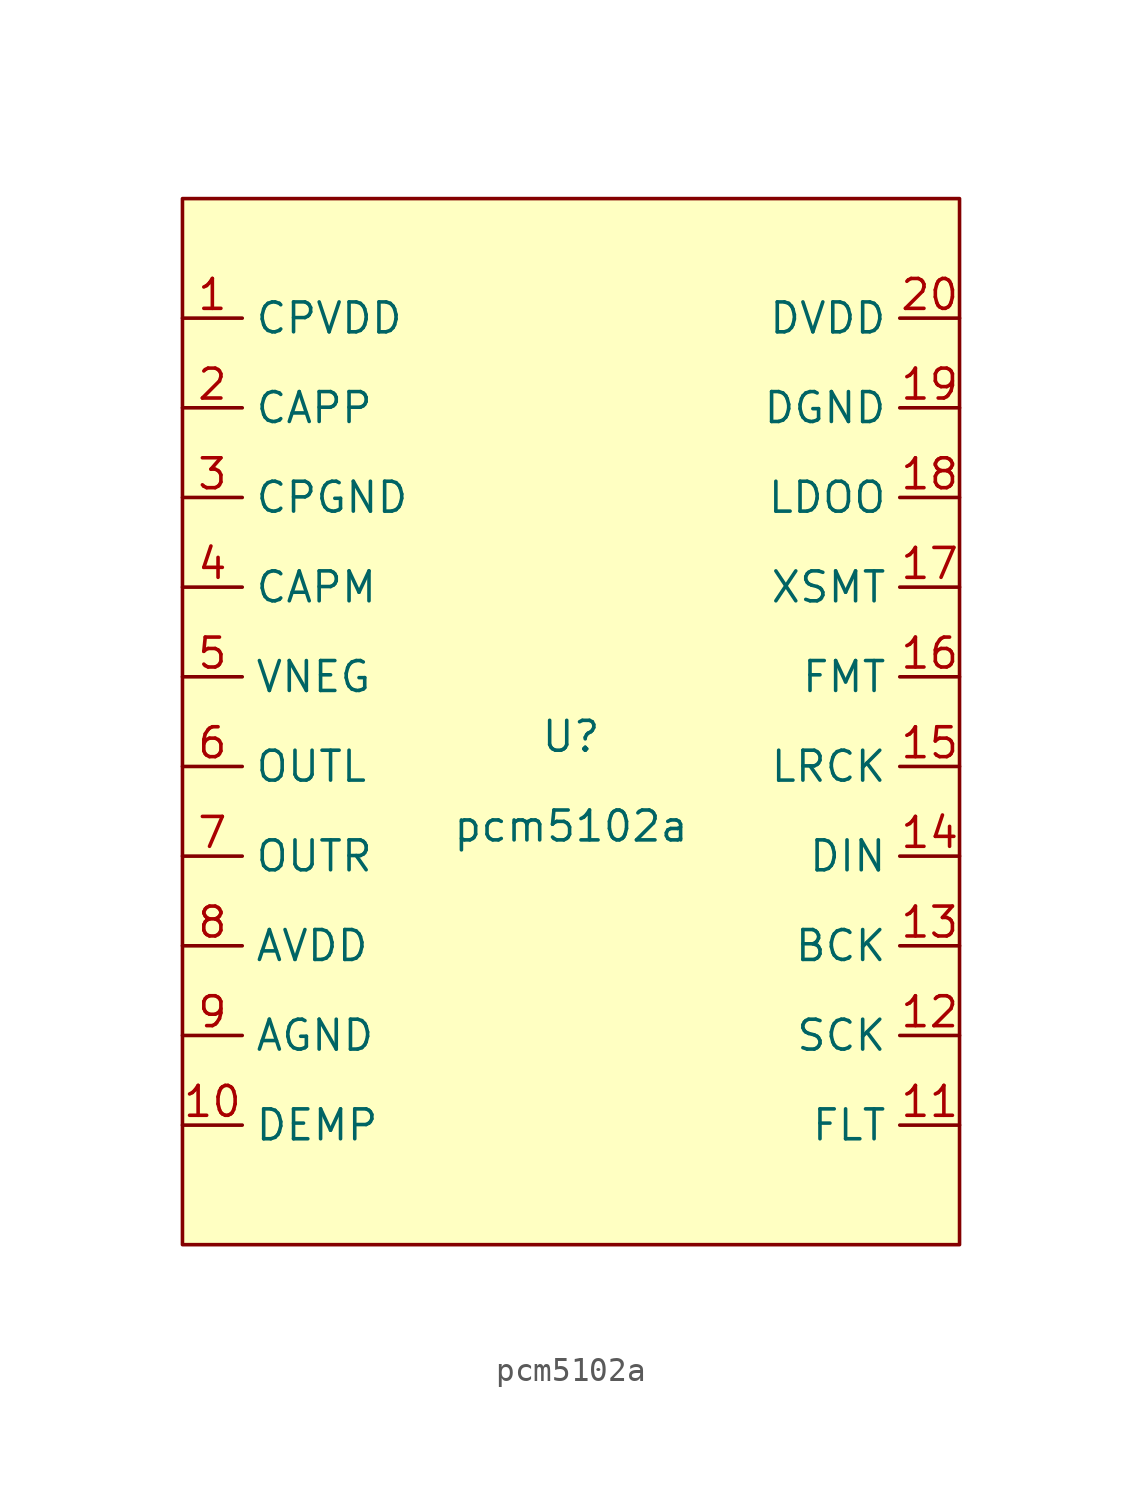
<source format=kicad_sym>
(kicad_symbol_lib
  (version 20211014)
  (generator kicad_symbol_editor)
  (symbol "pcm5102a"
    (property "Reference" "U"
      (at 0 1.27 0)
      (effects (font (size 1.27 1.27))))
    (property "Value" "pcm5102a"
      (at 0 -2.54 0)
      (effects (font (size 1.27 1.27))))
    (symbol "pcm5102a_0_1"
      (rectangle (start -16.51 24.13) (end 16.51 -20.32) (stroke (width 0) (type default) (color 0 0 0 0)) (fill (type background))))
    (symbol "pcm5102a_1_1"
      (pin input line (at -16.51 19.05 0) (length 2.54) (name "CPVDD" (effects (font (size 1.27 1.27)))) (number "1" (effects (font (size 1.27 1.27)))))
      (pin input line (at -16.51 -15.24 0) (length 2.54) (name "DEMP" (effects (font (size 1.27 1.27)))) (number "10" (effects (font (size 1.27 1.27)))))
      (pin input line (at 16.51 -15.24 180) (length 2.54) (name "FLT" (effects (font (size 1.27 1.27)))) (number "11" (effects (font (size 1.27 1.27)))))
      (pin input line (at 16.51 -11.43 180) (length 2.54) (name "SCK" (effects (font (size 1.27 1.27)))) (number "12" (effects (font (size 1.27 1.27)))))
      (pin input line (at 16.51 -7.62 180) (length 2.54) (name "BCK" (effects (font (size 1.27 1.27)))) (number "13" (effects (font (size 1.27 1.27)))))
      (pin input line (at 16.51 -3.81 180) (length 2.54) (name "DIN" (effects (font (size 1.27 1.27)))) (number "14" (effects (font (size 1.27 1.27)))))
      (pin input line (at 16.51 0 180) (length 2.54) (name "LRCK" (effects (font (size 1.27 1.27)))) (number "15" (effects (font (size 1.27 1.27)))))
      (pin input line (at 16.51 3.81 180) (length 2.54) (name "FMT" (effects (font (size 1.27 1.27)))) (number "16" (effects (font (size 1.27 1.27)))))
      (pin input line (at 16.51 7.62 180) (length 2.54) (name "XSMT" (effects (font (size 1.27 1.27)))) (number "17" (effects (font (size 1.27 1.27)))))
      (pin input line (at 16.51 11.43 180) (length 2.54) (name "LDOO" (effects (font (size 1.27 1.27)))) (number "18" (effects (font (size 1.27 1.27)))))
      (pin input line (at 16.51 15.24 180) (length 2.54) (name "DGND" (effects (font (size 1.27 1.27)))) (number "19" (effects (font (size 1.27 1.27)))))
      (pin input line (at -16.51 15.24 0) (length 2.54) (name "CAPP" (effects (font (size 1.27 1.27)))) (number "2" (effects (font (size 1.27 1.27)))))
      (pin input line (at 16.51 19.05 180) (length 2.54) (name "DVDD" (effects (font (size 1.27 1.27)))) (number "20" (effects (font (size 1.27 1.27)))))
      (pin input line (at -16.51 11.43 0) (length 2.54) (name "CPGND" (effects (font (size 1.27 1.27)))) (number "3" (effects (font (size 1.27 1.27)))))
      (pin input line (at -16.51 7.62 0) (length 2.54) (name "CAPM" (effects (font (size 1.27 1.27)))) (number "4" (effects (font (size 1.27 1.27)))))
      (pin input line (at -16.51 3.81 0) (length 2.54) (name "VNEG" (effects (font (size 1.27 1.27)))) (number "5" (effects (font (size 1.27 1.27)))))
      (pin input line (at -16.51 0 0) (length 2.54) (name "OUTL" (effects (font (size 1.27 1.27)))) (number "6" (effects (font (size 1.27 1.27)))))
      (pin input line (at -16.51 -3.81 0) (length 2.54) (name "OUTR" (effects (font (size 1.27 1.27)))) (number "7" (effects (font (size 1.27 1.27)))))
      (pin input line (at -16.51 -7.62 0) (length 2.54) (name "AVDD" (effects (font (size 1.27 1.27)))) (number "8" (effects (font (size 1.27 1.27)))))
      (pin input line (at -16.51 -11.43 0) (length 2.54) (name "AGND" (effects (font (size 1.27 1.27)))) (number "9" (effects (font (size 1.27 1.27))))))))
</source>
